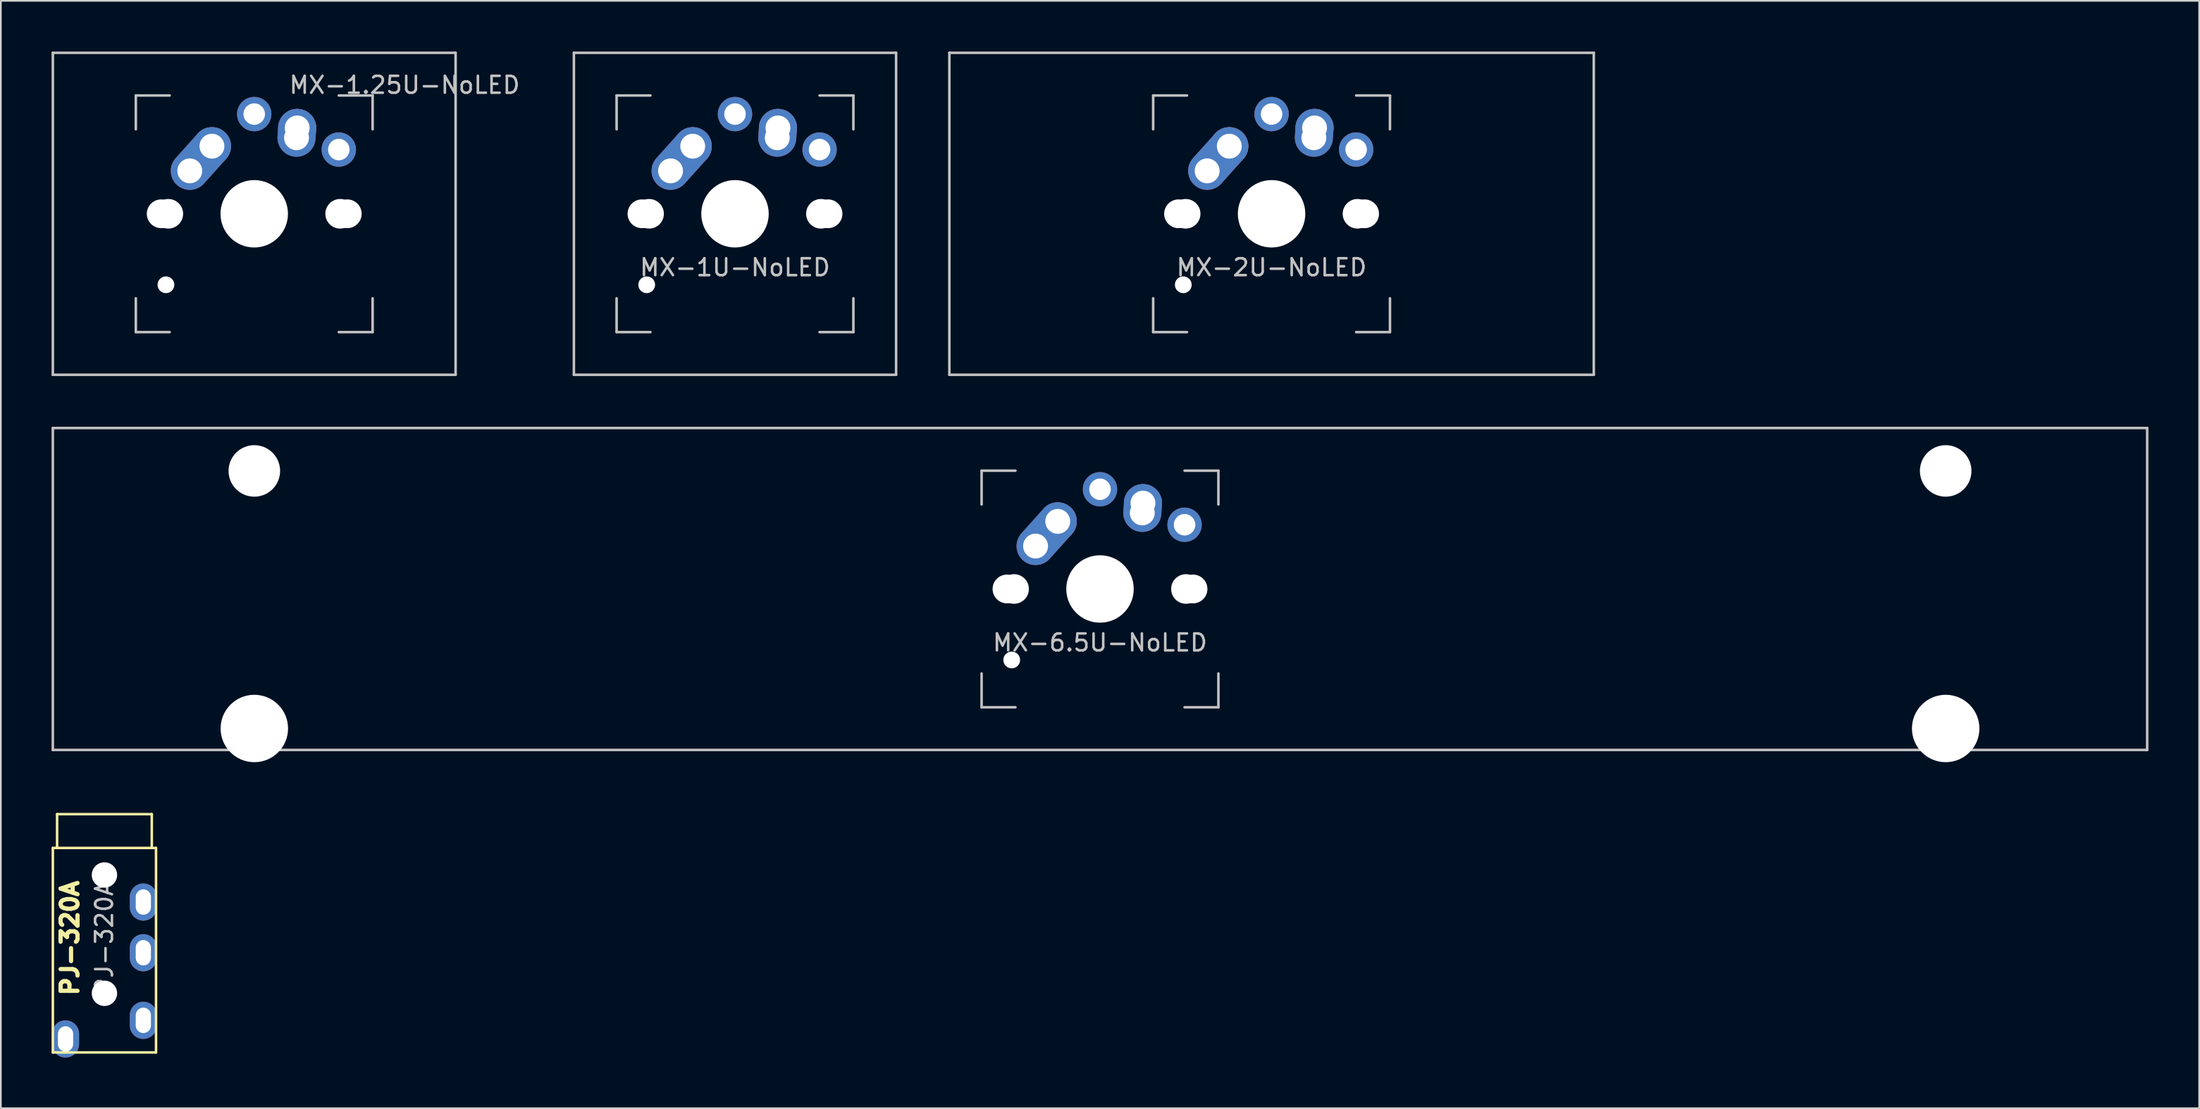
<source format=kicad_pcb>
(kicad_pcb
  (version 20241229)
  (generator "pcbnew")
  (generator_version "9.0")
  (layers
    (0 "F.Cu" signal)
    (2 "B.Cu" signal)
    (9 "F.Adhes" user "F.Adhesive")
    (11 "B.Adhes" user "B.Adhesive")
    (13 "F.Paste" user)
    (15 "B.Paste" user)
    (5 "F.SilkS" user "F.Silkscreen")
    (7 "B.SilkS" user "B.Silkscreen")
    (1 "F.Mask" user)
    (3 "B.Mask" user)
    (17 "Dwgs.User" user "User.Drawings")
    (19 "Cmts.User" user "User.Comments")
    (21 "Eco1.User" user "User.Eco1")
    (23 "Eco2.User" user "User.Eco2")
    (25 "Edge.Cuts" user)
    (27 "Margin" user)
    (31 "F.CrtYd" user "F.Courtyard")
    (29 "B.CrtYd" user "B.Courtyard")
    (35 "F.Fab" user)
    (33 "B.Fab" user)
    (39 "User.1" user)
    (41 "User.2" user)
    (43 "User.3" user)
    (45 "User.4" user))
  (footprint "MX-6.5U-NoLED"
    (layer "F.Cu")
    (at 61.987 31.8)
    (property "Reference" "MX-6.5U-NoLED" (at 0 3.175 0) (layer "Dwgs.User") (effects (font (size 1 1) (thickness 0.15))))
    (attr through_hole)
    (fp_line (start -61.913 -9.525) (end 61.913 -9.525) (stroke (width 0.15) (type solid)) (layer "Dwgs.User"))
    (fp_line (start -61.913 9.525) (end -61.913 -9.525) (stroke (width 0.15) (type solid)) (layer "Dwgs.User"))
    (fp_line (start -61.913 9.525) (end 61.913 9.525) (stroke (width 0.15) (type solid)) (layer "Dwgs.User"))
    (fp_line (start -7 -7) (end -7 -5) (stroke (width 0.15) (type solid)) (layer "Dwgs.User"))
    (fp_line (start -7 5) (end -7 7) (stroke (width 0.15) (type solid)) (layer "Dwgs.User"))
    (fp_line (start -7 7) (end -5 7) (stroke (width 0.15) (type solid)) (layer "Dwgs.User"))
    (fp_line (start -5 -7) (end -7 -7) (stroke (width 0.15) (type solid)) (layer "Dwgs.User"))
    (fp_line (start 5 -7) (end 7 -7) (stroke (width 0.15) (type solid)) (layer "Dwgs.User"))
    (fp_line (start 5 7) (end 7 7) (stroke (width 0.15) (type solid)) (layer "Dwgs.User"))
    (fp_line (start 7 -7) (end 7 -5) (stroke (width 0.15) (type solid)) (layer "Dwgs.User"))
    (fp_line (start 7 7) (end 7 5) (stroke (width 0.15) (type solid)) (layer "Dwgs.User"))
    (fp_line (start 61.913 -9.525) (end 61.913 9.525) (stroke (width 0.15) (type solid)) (layer "Dwgs.User"))
    (pad "" np_thru_hole circle (at -50 -6.985) (size 3.048 3.048) (drill 3.048) (layers "*.Cu" "*.Mask"))
    (pad "" np_thru_hole circle (at -50 8.255) (size 3.988 3.988) (drill 3.988) (layers "*.Cu" "*.Mask"))
    (pad "" np_thru_hole circle (at -5.5 0) (size 1.702 1.702) (drill 1.702) (layers "*.Cu" "*.Mask"))
    (pad "" np_thru_hole circle (at -5.22 4.2 180) (size 0.991 0.991) (drill 0.991) (layers "*.Cu" "*.Mask"))
    (pad "" np_thru_hole circle (at -5.08 0 48.1) (size 1.75 1.75) (drill 1.75) (layers "*.Cu" "*.Mask"))
    (pad "" np_thru_hole circle (at 0 0) (size 3.988 3.988) (drill 3.988) (layers "*.Cu" "*.Mask"))
    (pad "" np_thru_hole circle (at 5.08 0 48.1) (size 1.75 1.75) (drill 1.75) (layers "*.Cu" "*.Mask"))
    (pad "" np_thru_hole circle (at 5.5 0) (size 1.702 1.702) (drill 1.702) (layers "*.Cu" "*.Mask"))
    (pad "" np_thru_hole circle (at 50 -6.985) (size 3.048 3.048) (drill 3.048) (layers "*.Cu" "*.Mask"))
    (pad "" np_thru_hole circle (at 50 8.255) (size 3.988 3.988) (drill 3.988) (layers "*.Cu" "*.Mask"))
    (pad "1" thru_hole oval (at -3.81 -2.54 48.1) (size 4.212 2.25) (drill 1.47 (offset 0.981 0)) (layers "*.Cu" "B.Mask"))
    (pad "1" thru_hole circle (at -2.5 -4) (size 2.25 2.25) (drill 1.47) (layers "*.Cu" "B.Mask"))
    (pad "1" thru_hole circle (at 0 -5.9 180) (size 2.032 2.032) (drill 1.27) (layers "*.Cu" "*.Mask"))
    (pad "2" thru_hole oval (at 2.5 -4.5 86.055) (size 2.831 2.25) (drill 1.47 (offset 0.291 0)) (layers "*.Cu" "B.Mask"))
    (pad "2" thru_hole circle (at 2.54 -5.08) (size 2.25 2.25) (drill 1.47) (layers "*.Cu" "B.Mask"))
    (pad "2" thru_hole circle (at 5 -3.8 180) (size 2.032 2.032) (drill 1.27) (layers "*.Cu" "*.Mask")))
  (footprint "MX-1U-NoLED"
    (layer "F.Cu")
    (at 40.406 9.6)
    (property "Reference" "MX-1U-NoLED" (at 0 3.175 0) (layer "Dwgs.User") (effects (font (size 1 1) (thickness 0.15))))
    (attr through_hole)
    (fp_line (start -9.525 -9.525) (end 9.525 -9.525) (stroke (width 0.15) (type solid)) (layer "Dwgs.User"))
    (fp_line (start -9.525 9.525) (end -9.525 -9.525) (stroke (width 0.15) (type solid)) (layer "Dwgs.User"))
    (fp_line (start -7 -7) (end -7 -5) (stroke (width 0.15) (type solid)) (layer "Dwgs.User"))
    (fp_line (start -7 5) (end -7 7) (stroke (width 0.15) (type solid)) (layer "Dwgs.User"))
    (fp_line (start -7 7) (end -5 7) (stroke (width 0.15) (type solid)) (layer "Dwgs.User"))
    (fp_line (start -5 -7) (end -7 -7) (stroke (width 0.15) (type solid)) (layer "Dwgs.User"))
    (fp_line (start 5 -7) (end 7 -7) (stroke (width 0.15) (type solid)) (layer "Dwgs.User"))
    (fp_line (start 5 7) (end 7 7) (stroke (width 0.15) (type solid)) (layer "Dwgs.User"))
    (fp_line (start 7 -7) (end 7 -5) (stroke (width 0.15) (type solid)) (layer "Dwgs.User"))
    (fp_line (start 7 7) (end 7 5) (stroke (width 0.15) (type solid)) (layer "Dwgs.User"))
    (fp_line (start 9.525 -9.525) (end 9.525 9.525) (stroke (width 0.15) (type solid)) (layer "Dwgs.User"))
    (fp_line (start 9.525 9.525) (end -9.525 9.525) (stroke (width 0.15) (type solid)) (layer "Dwgs.User"))
    (pad "" np_thru_hole circle (at -5.5 0) (size 1.702 1.702) (drill 1.702) (layers "*.Cu" "*.Mask"))
    (pad "" np_thru_hole circle (at -5.22 4.2 180) (size 0.991 0.991) (drill 0.991) (layers "*.Cu" "*.Mask"))
    (pad "" np_thru_hole circle (at -5.08 0 48.1) (size 1.75 1.75) (drill 1.75) (layers "*.Cu" "*.Mask"))
    (pad "" np_thru_hole circle (at 0 0) (size 3.988 3.988) (drill 3.988) (layers "*.Cu" "*.Mask"))
    (pad "" np_thru_hole circle (at 5.08 0 48.1) (size 1.75 1.75) (drill 1.75) (layers "*.Cu" "*.Mask"))
    (pad "" np_thru_hole circle (at 5.5 0) (size 1.702 1.702) (drill 1.702) (layers "*.Cu" "*.Mask"))
    (pad "1" thru_hole oval (at -3.81 -2.54 48.1) (size 4.212 2.25) (drill 1.47 (offset 0.981 0)) (layers "*.Cu" "B.Mask"))
    (pad "1" thru_hole circle (at -2.5 -4) (size 2.25 2.25) (drill 1.47) (layers "*.Cu" "B.Mask"))
    (pad "1" thru_hole circle (at 0 -5.9 180) (size 2.032 2.032) (drill 1.27) (layers "*.Cu" "*.Mask"))
    (pad "2" thru_hole oval (at 2.5 -4.5 86.055) (size 2.831 2.25) (drill 1.47 (offset 0.291 0)) (layers "*.Cu" "B.Mask"))
    (pad "2" thru_hole circle (at 2.54 -5.08) (size 2.25 2.25) (drill 1.47) (layers "*.Cu" "B.Mask"))
    (pad "2" thru_hole circle (at 5 -3.8 180) (size 2.032 2.032) (drill 1.27) (layers "*.Cu" "*.Mask")))
  (footprint "MX-2U-NoLED"
    (layer "F.Cu")
    (at 72.131 9.6)
    (property "Reference" "MX-2U-NoLED" (at 0 3.175 0) (layer "Dwgs.User") (effects (font (size 1 1) (thickness 0.15))))
    (attr through_hole)
    (fp_line (start -19.05 -9.525) (end 19.05 -9.525) (stroke (width 0.15) (type solid)) (layer "Dwgs.User"))
    (fp_line (start -19.05 9.525) (end -19.05 -9.525) (stroke (width 0.15) (type solid)) (layer "Dwgs.User"))
    (fp_line (start -19.05 9.525) (end 19.05 9.525) (stroke (width 0.15) (type solid)) (layer "Dwgs.User"))
    (fp_line (start -7 -7) (end -7 -5) (stroke (width 0.15) (type solid)) (layer "Dwgs.User"))
    (fp_line (start -7 5) (end -7 7) (stroke (width 0.15) (type solid)) (layer "Dwgs.User"))
    (fp_line (start -7 7) (end -5 7) (stroke (width 0.15) (type solid)) (layer "Dwgs.User"))
    (fp_line (start -5 -7) (end -7 -7) (stroke (width 0.15) (type solid)) (layer "Dwgs.User"))
    (fp_line (start 5 -7) (end 7 -7) (stroke (width 0.15) (type solid)) (layer "Dwgs.User"))
    (fp_line (start 5 7) (end 7 7) (stroke (width 0.15) (type solid)) (layer "Dwgs.User"))
    (fp_line (start 7 -7) (end 7 -5) (stroke (width 0.15) (type solid)) (layer "Dwgs.User"))
    (fp_line (start 7 7) (end 7 5) (stroke (width 0.15) (type solid)) (layer "Dwgs.User"))
    (fp_line (start 19.05 -9.525) (end 19.05 9.525) (stroke (width 0.15) (type solid)) (layer "Dwgs.User"))
    (pad "" np_thru_hole circle (at -5.5 0) (size 1.702 1.702) (drill 1.702) (layers "*.Cu" "*.Mask"))
    (pad "" np_thru_hole circle (at -5.22 4.2 180) (size 0.991 0.991) (drill 0.991) (layers "*.Cu" "*.Mask"))
    (pad "" np_thru_hole circle (at -5.08 0 48.1) (size 1.75 1.75) (drill 1.75) (layers "*.Cu" "*.Mask"))
    (pad "" np_thru_hole circle (at 0 0) (size 3.988 3.988) (drill 3.988) (layers "*.Cu" "*.Mask"))
    (pad "" np_thru_hole circle (at 5.08 0 48.1) (size 1.75 1.75) (drill 1.75) (layers "*.Cu" "*.Mask"))
    (pad "" np_thru_hole circle (at 5.5 0) (size 1.702 1.702) (drill 1.702) (layers "*.Cu" "*.Mask"))
    (pad "1" thru_hole oval (at -3.81 -2.54 48.1) (size 4.212 2.25) (drill 1.47 (offset 0.981 0)) (layers "*.Cu" "B.Mask"))
    (pad "1" thru_hole circle (at -2.5 -4) (size 2.25 2.25) (drill 1.47) (layers "*.Cu" "B.Mask"))
    (pad "1" thru_hole circle (at 0 -5.9 180) (size 2.032 2.032) (drill 1.27) (layers "*.Cu" "*.Mask"))
    (pad "2" thru_hole oval (at 2.5 -4.5 86.055) (size 2.831 2.25) (drill 1.47 (offset 0.291 0)) (layers "*.Cu" "B.Mask"))
    (pad "2" thru_hole circle (at 2.54 -5.08) (size 2.25 2.25) (drill 1.47) (layers "*.Cu" "B.Mask"))
    (pad "2" thru_hole circle (at 5 -3.8 180) (size 2.032 2.032) (drill 1.27) (layers "*.Cu" "*.Mask")))
  (footprint "PJ-320A"
    (layer "F.Cu")
    (at 3.114 52.458)
    (property "Reference" "PJ-320A" (at 0 0 90) (layer "Dwgs.User") (effects (font (size 1 1) (thickness 0.15))))
    (attr through_hole)
    (fp_line (start -3.039 -5.334) (end -3.039 6.766) (stroke (width 0.15) (type solid)) (layer "F.SilkS"))
    (fp_line (start -2.789 -5.334) (end -2.789 -7.334) (stroke (width 0.15) (type solid)) (layer "F.SilkS"))
    (fp_line (start 2.811 -7.334) (end -2.789 -7.334) (stroke (width 0.15) (type solid)) (layer "F.SilkS"))
    (fp_line (start 2.811 -5.334) (end 2.811 -7.334) (stroke (width 0.15) (type solid)) (layer "F.SilkS"))
    (fp_line (start 3.061 -5.334) (end -3.039 -5.334) (stroke (width 0.15) (type solid)) (layer "F.SilkS"))
    (fp_line (start 3.061 -5.334) (end 3.061 6.766) (stroke (width 0.15) (type solid)) (layer "F.SilkS"))
    (fp_line (start 3.061 6.766) (end -3.039 6.766) (stroke (width 0.15) (type solid)) (layer "F.SilkS"))
    (fp_text user "PJ-320A" (at -2.032 0 90) (layer "F.SilkS") (effects (font (size 1 1) (thickness 0.25))))
    (pad "" np_thru_hole circle (at 0.011 -3.734) (size 1.5 1.5) (drill 1.5) (layers "*.Cu" "*.Mask"))
    (pad "" np_thru_hole circle (at 0.011 3.266) (size 1.5 1.5) (drill 1.5) (layers "*.Cu" "*.Mask"))
    (pad "1" thru_hole oval (at -2.289 5.966) (size 1.6 2.2) (drill oval 0.9 1.5) (layers "*.Cu" "*.Mask"))
    (pad "2" thru_hole oval (at 2.311 4.866) (size 1.6 2.2) (drill oval 0.9 1.5) (layers "*.Cu" "*.Mask"))
    (pad "3" thru_hole oval (at 2.311 0.866) (size 1.6 2.2) (drill oval 0.9 1.5) (layers "*.Cu" "*.Mask"))
    (pad "4" thru_hole oval (at 2.311 -2.134) (size 1.6 2.2) (drill oval 0.9 1.5) (layers "*.Cu" "*.Mask")))
  (footprint "MX-1.25U-NoLED"
    (layer "F.Cu")
    (at 11.981 9.6)
    (property "Reference" "MX-1.25U-NoLED" (at 8.89 -7.62 0) (layer "Dwgs.User") (effects (font (size 1 1) (thickness 0.15))))
    (attr through_hole)
    (fp_line (start -11.906 -9.525) (end 11.906 -9.525) (stroke (width 0.15) (type solid)) (layer "Dwgs.User"))
    (fp_line (start -11.906 9.525) (end -11.906 -9.525) (stroke (width 0.15) (type solid)) (layer "Dwgs.User"))
    (fp_line (start -7 -7) (end -7 -5) (stroke (width 0.15) (type solid)) (layer "Dwgs.User"))
    (fp_line (start -7 5) (end -7 7) (stroke (width 0.15) (type solid)) (layer "Dwgs.User"))
    (fp_line (start -7 7) (end -5 7) (stroke (width 0.15) (type solid)) (layer "Dwgs.User"))
    (fp_line (start -5 -7) (end -7 -7) (stroke (width 0.15) (type solid)) (layer "Dwgs.User"))
    (fp_line (start 5 -7) (end 7 -7) (stroke (width 0.15) (type solid)) (layer "Dwgs.User"))
    (fp_line (start 5 7) (end 7 7) (stroke (width 0.15) (type solid)) (layer "Dwgs.User"))
    (fp_line (start 7 -7) (end 7 -5) (stroke (width 0.15) (type solid)) (layer "Dwgs.User"))
    (fp_line (start 7 7) (end 7 5) (stroke (width 0.15) (type solid)) (layer "Dwgs.User"))
    (fp_line (start 11.906 -9.525) (end 11.906 9.525) (stroke (width 0.15) (type solid)) (layer "Dwgs.User"))
    (fp_line (start 11.906 9.525) (end -11.906 9.525) (stroke (width 0.15) (type solid)) (layer "Dwgs.User"))
    (pad "" np_thru_hole circle (at -5.5 0) (size 1.702 1.702) (drill 1.702) (layers "*.Cu" "*.Mask"))
    (pad "" np_thru_hole circle (at -5.22 4.2 180) (size 0.991 0.991) (drill 0.991) (layers "*.Cu" "*.Mask"))
    (pad "" np_thru_hole circle (at -5.08 0 48.1) (size 1.75 1.75) (drill 1.75) (layers "*.Cu" "*.Mask"))
    (pad "" np_thru_hole circle (at 0 0) (size 3.988 3.988) (drill 3.988) (layers "*.Cu" "*.Mask"))
    (pad "" np_thru_hole circle (at 5.08 0 48.1) (size 1.75 1.75) (drill 1.75) (layers "*.Cu" "*.Mask"))
    (pad "" np_thru_hole circle (at 5.5 0) (size 1.702 1.702) (drill 1.702) (layers "*.Cu" "*.Mask"))
    (pad "1" thru_hole oval (at -3.81 -2.54 48.1) (size 4.212 2.25) (drill 1.47 (offset 0.981 0)) (layers "*.Cu" "B.Mask"))
    (pad "1" thru_hole circle (at -2.5 -4) (size 2.25 2.25) (drill 1.47) (layers "*.Cu" "B.Mask"))
    (pad "1" thru_hole circle (at 0 -5.9 180) (size 2.032 2.032) (drill 1.27) (layers "*.Cu" "*.Mask"))
    (pad "2" thru_hole oval (at 2.5 -4.5 86.055) (size 2.831 2.25) (drill 1.47 (offset 0.291 0)) (layers "*.Cu" "B.Mask"))
    (pad "2" thru_hole circle (at 2.54 -5.08) (size 2.25 2.25) (drill 1.47) (layers "*.Cu" "B.Mask"))
    (pad "2" thru_hole circle (at 5 -3.8 180) (size 2.032 2.032) (drill 1.27) (layers "*.Cu" "*.Mask")))
  (gr_rect
    (start -3 -3)
    (end 126.975 62.524)
    (stroke (width 0.1) (type default))
    (fill no)
    (layer "Edge.Cuts")))
</source>
